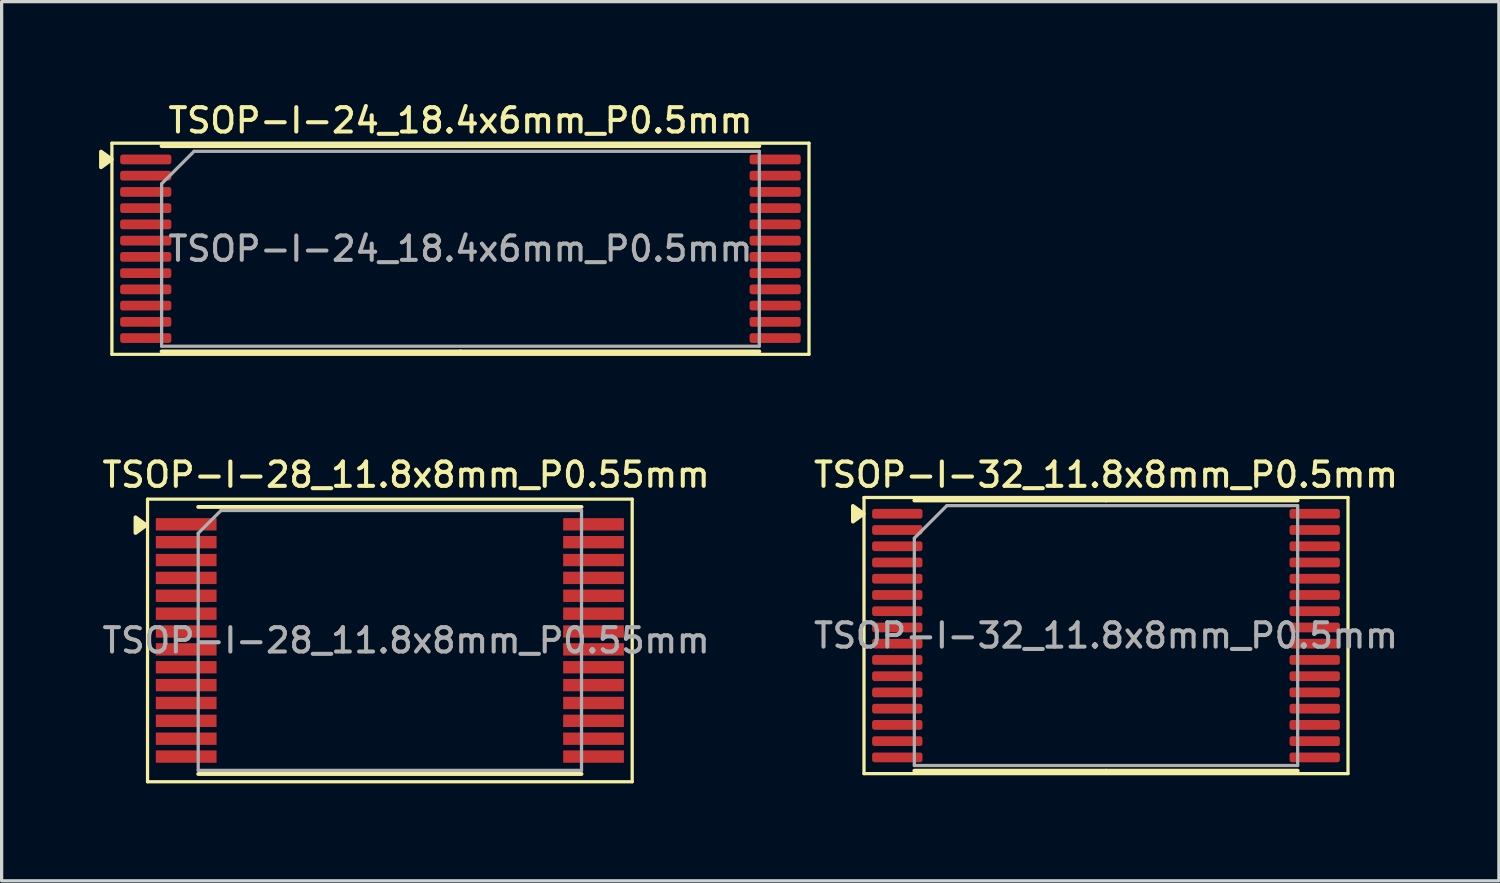
<source format=kicad_pcb>
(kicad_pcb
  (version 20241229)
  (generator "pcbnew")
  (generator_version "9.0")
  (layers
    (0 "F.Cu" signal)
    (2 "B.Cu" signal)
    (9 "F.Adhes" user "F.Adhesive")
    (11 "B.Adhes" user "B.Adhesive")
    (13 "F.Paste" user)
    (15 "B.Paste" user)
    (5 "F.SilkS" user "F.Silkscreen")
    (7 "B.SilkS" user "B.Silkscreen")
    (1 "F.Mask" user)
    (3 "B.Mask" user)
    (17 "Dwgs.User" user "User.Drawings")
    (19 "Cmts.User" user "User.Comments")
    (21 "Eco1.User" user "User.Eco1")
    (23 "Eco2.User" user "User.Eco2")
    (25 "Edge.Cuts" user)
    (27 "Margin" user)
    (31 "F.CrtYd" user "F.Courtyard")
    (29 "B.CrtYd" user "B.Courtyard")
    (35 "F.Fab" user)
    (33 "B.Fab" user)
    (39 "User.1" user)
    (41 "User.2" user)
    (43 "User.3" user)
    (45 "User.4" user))
  (footprint "TSOP-I-24_18.4x6mm_P0.5mm"
    (layer "F.Cu")
    (at 11.125 4.608)
    (property "Reference" "TSOP-I-24_18.4x6mm_P0.5mm" (at 0 -3.95 0) (layer "F.SilkS") (effects (font (size 0.75 0.75) (thickness 0.125))))
    (attr smd)
    (fp_line (start -10.73 -3.25) (end -10.73 3.25) (stroke (width 0.1) (type solid)) (layer "F.SilkS"))
    (fp_line (start -10.73 3.25) (end 10.73 3.25) (stroke (width 0.1) (type solid)) (layer "F.SilkS"))
    (fp_line (start 0 -3.16) (end -9.2 -3.16) (stroke (width 0.12) (type solid)) (layer "F.SilkS"))
    (fp_line (start 0 -3.16) (end 9.2 -3.16) (stroke (width 0.12) (type solid)) (layer "F.SilkS"))
    (fp_line (start 0 3.16) (end -9.2 3.16) (stroke (width 0.12) (type solid)) (layer "F.SilkS"))
    (fp_line (start 0 3.16) (end 9.2 3.16) (stroke (width 0.12) (type solid)) (layer "F.SilkS"))
    (fp_line (start 10.73 -3.25) (end -10.73 -3.25) (stroke (width 0.1) (type solid)) (layer "F.SilkS"))
    (fp_line (start 10.73 3.25) (end 10.73 -3.25) (stroke (width 0.1) (type solid)) (layer "F.SilkS"))
    (fp_poly (pts (xy -10.735 -2.75) (xy -11.065 -2.99) (xy -11.065 -2.51) (xy -10.735 -2.75)) (stroke (width 0.12) (type solid)) (fill yes) (layer "F.SilkS"))
    (fp_line (start -9.2 -2) (end -8.2 -3) (stroke (width 0.1) (type solid)) (layer "F.Fab"))
    (fp_line (start -9.2 3) (end -9.2 -2) (stroke (width 0.1) (type solid)) (layer "F.Fab"))
    (fp_line (start -8.2 -3) (end 9.2 -3) (stroke (width 0.1) (type solid)) (layer "F.Fab"))
    (fp_line (start 9.2 -3) (end 9.2 3) (stroke (width 0.1) (type solid)) (layer "F.Fab"))
    (fp_line (start 9.2 3) (end -9.2 3) (stroke (width 0.1) (type solid)) (layer "F.Fab"))
    (fp_text user "${REFERENCE}" (at 0 0 0) (layer "F.Fab") (effects (font (size 0.75 0.75) (thickness 0.125))))
    (pad "1" smd roundrect (at -9.688 -2.75) (size 1.575 0.3) (layers "F.Cu" "F.Mask" "F.Paste") (roundrect_rratio 0.25))
    (pad "2" smd roundrect (at -9.688 -2.25) (size 1.575 0.3) (layers "F.Cu" "F.Mask" "F.Paste") (roundrect_rratio 0.25))
    (pad "3" smd roundrect (at -9.688 -1.75) (size 1.575 0.3) (layers "F.Cu" "F.Mask" "F.Paste") (roundrect_rratio 0.25))
    (pad "4" smd roundrect (at -9.688 -1.25) (size 1.575 0.3) (layers "F.Cu" "F.Mask" "F.Paste") (roundrect_rratio 0.25))
    (pad "5" smd roundrect (at -9.688 -0.75) (size 1.575 0.3) (layers "F.Cu" "F.Mask" "F.Paste") (roundrect_rratio 0.25))
    (pad "6" smd roundrect (at -9.688 -0.25) (size 1.575 0.3) (layers "F.Cu" "F.Mask" "F.Paste") (roundrect_rratio 0.25))
    (pad "7" smd roundrect (at -9.688 0.25) (size 1.575 0.3) (layers "F.Cu" "F.Mask" "F.Paste") (roundrect_rratio 0.25))
    (pad "8" smd roundrect (at -9.688 0.75) (size 1.575 0.3) (layers "F.Cu" "F.Mask" "F.Paste") (roundrect_rratio 0.25))
    (pad "9" smd roundrect (at -9.688 1.25) (size 1.575 0.3) (layers "F.Cu" "F.Mask" "F.Paste") (roundrect_rratio 0.25))
    (pad "10" smd roundrect (at -9.688 1.75) (size 1.575 0.3) (layers "F.Cu" "F.Mask" "F.Paste") (roundrect_rratio 0.25))
    (pad "11" smd roundrect (at -9.688 2.25) (size 1.575 0.3) (layers "F.Cu" "F.Mask" "F.Paste") (roundrect_rratio 0.25))
    (pad "12" smd roundrect (at -9.688 2.75) (size 1.575 0.3) (layers "F.Cu" "F.Mask" "F.Paste") (roundrect_rratio 0.25))
    (pad "13" smd roundrect (at 9.688 2.75) (size 1.575 0.3) (layers "F.Cu" "F.Mask" "F.Paste") (roundrect_rratio 0.25))
    (pad "14" smd roundrect (at 9.688 2.25) (size 1.575 0.3) (layers "F.Cu" "F.Mask" "F.Paste") (roundrect_rratio 0.25))
    (pad "15" smd roundrect (at 9.688 1.75) (size 1.575 0.3) (layers "F.Cu" "F.Mask" "F.Paste") (roundrect_rratio 0.25))
    (pad "16" smd roundrect (at 9.688 1.25) (size 1.575 0.3) (layers "F.Cu" "F.Mask" "F.Paste") (roundrect_rratio 0.25))
    (pad "17" smd roundrect (at 9.688 0.75) (size 1.575 0.3) (layers "F.Cu" "F.Mask" "F.Paste") (roundrect_rratio 0.25))
    (pad "18" smd roundrect (at 9.688 0.25) (size 1.575 0.3) (layers "F.Cu" "F.Mask" "F.Paste") (roundrect_rratio 0.25))
    (pad "19" smd roundrect (at 9.688 -0.25) (size 1.575 0.3) (layers "F.Cu" "F.Mask" "F.Paste") (roundrect_rratio 0.25))
    (pad "20" smd roundrect (at 9.688 -0.75) (size 1.575 0.3) (layers "F.Cu" "F.Mask" "F.Paste") (roundrect_rratio 0.25))
    (pad "21" smd roundrect (at 9.688 -1.25) (size 1.575 0.3) (layers "F.Cu" "F.Mask" "F.Paste") (roundrect_rratio 0.25))
    (pad "22" smd roundrect (at 9.688 -1.75) (size 1.575 0.3) (layers "F.Cu" "F.Mask" "F.Paste") (roundrect_rratio 0.25))
    (pad "23" smd roundrect (at 9.688 -2.25) (size 1.575 0.3) (layers "F.Cu" "F.Mask" "F.Paste") (roundrect_rratio 0.25))
    (pad "24" smd roundrect (at 9.688 -2.75) (size 1.575 0.3) (layers "F.Cu" "F.Mask" "F.Paste") (roundrect_rratio 0.25)))
  (footprint "TSOP-I-32_11.8x8mm_P0.5mm"
    (layer "F.Cu")
    (at 30.998 16.516)
    (property "Reference" "TSOP-I-32_11.8x8mm_P0.5mm" (at 0 -4.95 0) (layer "F.SilkS") (effects (font (size 0.75 0.75) (thickness 0.125))))
    (attr smd)
    (fp_line (start -7.45 -4.25) (end -7.45 4.25) (stroke (width 0.1) (type solid)) (layer "F.SilkS"))
    (fp_line (start -7.45 4.25) (end 7.45 4.25) (stroke (width 0.1) (type solid)) (layer "F.SilkS"))
    (fp_line (start 0 -4.16) (end -5.9 -4.16) (stroke (width 0.12) (type solid)) (layer "F.SilkS"))
    (fp_line (start 0 -4.16) (end 5.9 -4.16) (stroke (width 0.12) (type solid)) (layer "F.SilkS"))
    (fp_line (start 0 4.16) (end -5.9 4.16) (stroke (width 0.12) (type solid)) (layer "F.SilkS"))
    (fp_line (start 0 4.16) (end 5.9 4.16) (stroke (width 0.12) (type solid)) (layer "F.SilkS"))
    (fp_line (start 7.45 -4.25) (end -7.45 -4.25) (stroke (width 0.1) (type solid)) (layer "F.SilkS"))
    (fp_line (start 7.45 4.25) (end 7.45 -4.25) (stroke (width 0.1) (type solid)) (layer "F.SilkS"))
    (fp_poly (pts (xy -7.46 -3.75) (xy -7.79 -3.99) (xy -7.79 -3.51) (xy -7.46 -3.75)) (stroke (width 0.12) (type solid)) (fill yes) (layer "F.SilkS"))
    (fp_line (start -5.9 -3) (end -4.9 -4) (stroke (width 0.1) (type solid)) (layer "F.Fab"))
    (fp_line (start -5.9 4) (end -5.9 -3) (stroke (width 0.1) (type solid)) (layer "F.Fab"))
    (fp_line (start -4.9 -4) (end 5.9 -4) (stroke (width 0.1) (type solid)) (layer "F.Fab"))
    (fp_line (start 5.9 -4) (end 5.9 4) (stroke (width 0.1) (type solid)) (layer "F.Fab"))
    (fp_line (start 5.9 4) (end -5.9 4) (stroke (width 0.1) (type solid)) (layer "F.Fab"))
    (fp_text user "${REFERENCE}" (at 0 0 0) (layer "F.Fab") (effects (font (size 0.75 0.75) (thickness 0.125))))
    (pad "1" smd roundrect (at -6.425 -3.75) (size 1.55 0.3) (layers "F.Cu" "F.Mask" "F.Paste") (roundrect_rratio 0.25))
    (pad "2" smd roundrect (at -6.425 -3.25) (size 1.55 0.3) (layers "F.Cu" "F.Mask" "F.Paste") (roundrect_rratio 0.25))
    (pad "3" smd roundrect (at -6.425 -2.75) (size 1.55 0.3) (layers "F.Cu" "F.Mask" "F.Paste") (roundrect_rratio 0.25))
    (pad "4" smd roundrect (at -6.425 -2.25) (size 1.55 0.3) (layers "F.Cu" "F.Mask" "F.Paste") (roundrect_rratio 0.25))
    (pad "5" smd roundrect (at -6.425 -1.75) (size 1.55 0.3) (layers "F.Cu" "F.Mask" "F.Paste") (roundrect_rratio 0.25))
    (pad "6" smd roundrect (at -6.425 -1.25) (size 1.55 0.3) (layers "F.Cu" "F.Mask" "F.Paste") (roundrect_rratio 0.25))
    (pad "7" smd roundrect (at -6.425 -0.75) (size 1.55 0.3) (layers "F.Cu" "F.Mask" "F.Paste") (roundrect_rratio 0.25))
    (pad "8" smd roundrect (at -6.425 -0.25) (size 1.55 0.3) (layers "F.Cu" "F.Mask" "F.Paste") (roundrect_rratio 0.25))
    (pad "9" smd roundrect (at -6.425 0.25) (size 1.55 0.3) (layers "F.Cu" "F.Mask" "F.Paste") (roundrect_rratio 0.25))
    (pad "10" smd roundrect (at -6.425 0.75) (size 1.55 0.3) (layers "F.Cu" "F.Mask" "F.Paste") (roundrect_rratio 0.25))
    (pad "11" smd roundrect (at -6.425 1.25) (size 1.55 0.3) (layers "F.Cu" "F.Mask" "F.Paste") (roundrect_rratio 0.25))
    (pad "12" smd roundrect (at -6.425 1.75) (size 1.55 0.3) (layers "F.Cu" "F.Mask" "F.Paste") (roundrect_rratio 0.25))
    (pad "13" smd roundrect (at -6.425 2.25) (size 1.55 0.3) (layers "F.Cu" "F.Mask" "F.Paste") (roundrect_rratio 0.25))
    (pad "14" smd roundrect (at -6.425 2.75) (size 1.55 0.3) (layers "F.Cu" "F.Mask" "F.Paste") (roundrect_rratio 0.25))
    (pad "15" smd roundrect (at -6.425 3.25) (size 1.55 0.3) (layers "F.Cu" "F.Mask" "F.Paste") (roundrect_rratio 0.25))
    (pad "16" smd roundrect (at -6.425 3.75) (size 1.55 0.3) (layers "F.Cu" "F.Mask" "F.Paste") (roundrect_rratio 0.25))
    (pad "17" smd roundrect (at 6.425 3.75) (size 1.55 0.3) (layers "F.Cu" "F.Mask" "F.Paste") (roundrect_rratio 0.25))
    (pad "18" smd roundrect (at 6.425 3.25) (size 1.55 0.3) (layers "F.Cu" "F.Mask" "F.Paste") (roundrect_rratio 0.25))
    (pad "19" smd roundrect (at 6.425 2.75) (size 1.55 0.3) (layers "F.Cu" "F.Mask" "F.Paste") (roundrect_rratio 0.25))
    (pad "20" smd roundrect (at 6.425 2.25) (size 1.55 0.3) (layers "F.Cu" "F.Mask" "F.Paste") (roundrect_rratio 0.25))
    (pad "21" smd roundrect (at 6.425 1.75) (size 1.55 0.3) (layers "F.Cu" "F.Mask" "F.Paste") (roundrect_rratio 0.25))
    (pad "22" smd roundrect (at 6.425 1.25) (size 1.55 0.3) (layers "F.Cu" "F.Mask" "F.Paste") (roundrect_rratio 0.25))
    (pad "23" smd roundrect (at 6.425 0.75) (size 1.55 0.3) (layers "F.Cu" "F.Mask" "F.Paste") (roundrect_rratio 0.25))
    (pad "24" smd roundrect (at 6.425 0.25) (size 1.55 0.3) (layers "F.Cu" "F.Mask" "F.Paste") (roundrect_rratio 0.25))
    (pad "25" smd roundrect (at 6.425 -0.25) (size 1.55 0.3) (layers "F.Cu" "F.Mask" "F.Paste") (roundrect_rratio 0.25))
    (pad "26" smd roundrect (at 6.425 -0.75) (size 1.55 0.3) (layers "F.Cu" "F.Mask" "F.Paste") (roundrect_rratio 0.25))
    (pad "27" smd roundrect (at 6.425 -1.25) (size 1.55 0.3) (layers "F.Cu" "F.Mask" "F.Paste") (roundrect_rratio 0.25))
    (pad "28" smd roundrect (at 6.425 -1.75) (size 1.55 0.3) (layers "F.Cu" "F.Mask" "F.Paste") (roundrect_rratio 0.25))
    (pad "29" smd roundrect (at 6.425 -2.25) (size 1.55 0.3) (layers "F.Cu" "F.Mask" "F.Paste") (roundrect_rratio 0.25))
    (pad "30" smd roundrect (at 6.425 -2.75) (size 1.55 0.3) (layers "F.Cu" "F.Mask" "F.Paste") (roundrect_rratio 0.25))
    (pad "31" smd roundrect (at 6.425 -3.25) (size 1.55 0.3) (layers "F.Cu" "F.Mask" "F.Paste") (roundrect_rratio 0.25))
    (pad "32" smd roundrect (at 6.425 -3.75) (size 1.55 0.3) (layers "F.Cu" "F.Mask" "F.Paste") (roundrect_rratio 0.25)))
  (footprint "TSOP-I-28_11.8x8mm_P0.55mm"
    (layer "F.Cu")
    (at 8.952 16.666)
    (property "Reference" "TSOP-I-28_11.8x8mm_P0.55mm" (at 0.5 -5.1 0) (layer "F.SilkS") (effects (font (size 0.75 0.75) (thickness 0.125))))
    (attr smd)
    (fp_line (start -7.46 -4.35) (end -7.46 4.35) (stroke (width 0.1) (type solid)) (layer "F.SilkS"))
    (fp_line (start -7.46 -4.35) (end 7.46 -4.35) (stroke (width 0.1) (type solid)) (layer "F.SilkS"))
    (fp_line (start -5.9 -4.11) (end 5.9 -4.11) (stroke (width 0.12) (type solid)) (layer "F.SilkS"))
    (fp_line (start -5.9 4.11) (end 5.9 4.11) (stroke (width 0.12) (type solid)) (layer "F.SilkS"))
    (fp_line (start 7.46 4.35) (end -7.46 4.35) (stroke (width 0.1) (type solid)) (layer "F.SilkS"))
    (fp_line (start 7.46 4.35) (end 7.46 -4.35) (stroke (width 0.1) (type solid)) (layer "F.SilkS"))
    (fp_poly (pts (xy -7.5 -3.55) (xy -7.83 -3.79) (xy -7.83 -3.31) (xy -7.5 -3.55)) (stroke (width 0.12) (type solid)) (fill yes) (layer "F.SilkS"))
    (fp_line (start -5.9 -3.3) (end -5.9 4) (stroke (width 0.1) (type solid)) (layer "F.Fab"))
    (fp_line (start -5.9 -3.3) (end -5.2 -4) (stroke (width 0.1) (type solid)) (layer "F.Fab"))
    (fp_line (start 5.9 -4) (end -5.2 -4) (stroke (width 0.1) (type solid)) (layer "F.Fab"))
    (fp_line (start 5.9 -4) (end 5.9 4) (stroke (width 0.1) (type solid)) (layer "F.Fab"))
    (fp_line (start 5.9 4) (end -5.9 4) (stroke (width 0.1) (type solid)) (layer "F.Fab"))
    (fp_text user "${REFERENCE}" (at 0.5 0 0) (layer "F.Fab") (effects (font (size 0.75 0.75) (thickness 0.125))))
    (pad "1" smd rect (at -6.27 -3.575) (size 1.87 0.38) (layers "F.Cu" "F.Mask" "F.Paste"))
    (pad "2" smd rect (at -6.27 -3.025) (size 1.87 0.38) (layers "F.Cu" "F.Mask" "F.Paste"))
    (pad "3" smd rect (at -6.27 -2.475) (size 1.87 0.38) (layers "F.Cu" "F.Mask" "F.Paste"))
    (pad "4" smd rect (at -6.27 -1.925) (size 1.87 0.38) (layers "F.Cu" "F.Mask" "F.Paste"))
    (pad "5" smd rect (at -6.27 -1.375) (size 1.87 0.38) (layers "F.Cu" "F.Mask" "F.Paste"))
    (pad "6" smd rect (at -6.27 -0.825) (size 1.87 0.38) (layers "F.Cu" "F.Mask" "F.Paste"))
    (pad "7" smd rect (at -6.27 -0.275) (size 1.87 0.38) (layers "F.Cu" "F.Mask" "F.Paste"))
    (pad "8" smd rect (at -6.27 0.275) (size 1.87 0.38) (layers "F.Cu" "F.Mask" "F.Paste"))
    (pad "9" smd rect (at -6.27 0.825) (size 1.87 0.38) (layers "F.Cu" "F.Mask" "F.Paste"))
    (pad "10" smd rect (at -6.27 1.375) (size 1.87 0.38) (layers "F.Cu" "F.Mask" "F.Paste"))
    (pad "11" smd rect (at -6.27 1.925) (size 1.87 0.38) (layers "F.Cu" "F.Mask" "F.Paste"))
    (pad "12" smd rect (at -6.27 2.475) (size 1.87 0.38) (layers "F.Cu" "F.Mask" "F.Paste"))
    (pad "13" smd rect (at -6.27 3.025) (size 1.87 0.38) (layers "F.Cu" "F.Mask" "F.Paste"))
    (pad "14" smd rect (at -6.27 3.575) (size 1.87 0.38) (layers "F.Cu" "F.Mask" "F.Paste"))
    (pad "15" smd rect (at 6.27 3.575) (size 1.87 0.38) (layers "F.Cu" "F.Mask" "F.Paste"))
    (pad "16" smd rect (at 6.27 3.025) (size 1.87 0.38) (layers "F.Cu" "F.Mask" "F.Paste"))
    (pad "17" smd rect (at 6.27 2.475) (size 1.87 0.38) (layers "F.Cu" "F.Mask" "F.Paste"))
    (pad "18" smd rect (at 6.27 1.925) (size 1.87 0.38) (layers "F.Cu" "F.Mask" "F.Paste"))
    (pad "19" smd rect (at 6.27 1.375) (size 1.87 0.38) (layers "F.Cu" "F.Mask" "F.Paste"))
    (pad "20" smd rect (at 6.27 0.825) (size 1.87 0.38) (layers "F.Cu" "F.Mask" "F.Paste"))
    (pad "21" smd rect (at 6.27 0.275) (size 1.87 0.38) (layers "F.Cu" "F.Mask" "F.Paste"))
    (pad "22" smd rect (at 6.27 -0.275) (size 1.87 0.38) (layers "F.Cu" "F.Mask" "F.Paste"))
    (pad "23" smd rect (at 6.27 -0.825) (size 1.87 0.38) (layers "F.Cu" "F.Mask" "F.Paste"))
    (pad "24" smd rect (at 6.27 -1.375) (size 1.87 0.38) (layers "F.Cu" "F.Mask" "F.Paste"))
    (pad "25" smd rect (at 6.27 -1.925) (size 1.87 0.38) (layers "F.Cu" "F.Mask" "F.Paste"))
    (pad "26" smd rect (at 6.27 -2.475) (size 1.87 0.38) (layers "F.Cu" "F.Mask" "F.Paste"))
    (pad "27" smd rect (at 6.27 -3.025) (size 1.87 0.38) (layers "F.Cu" "F.Mask" "F.Paste"))
    (pad "28" smd rect (at 6.27 -3.575) (size 1.87 0.38) (layers "F.Cu" "F.Mask" "F.Paste")))
  (gr_rect
    (start -3 -3)
    (end 43.093 24.066)
    (stroke (width 0.1) (type default))
    (fill no)
    (layer "Edge.Cuts")))
</source>
